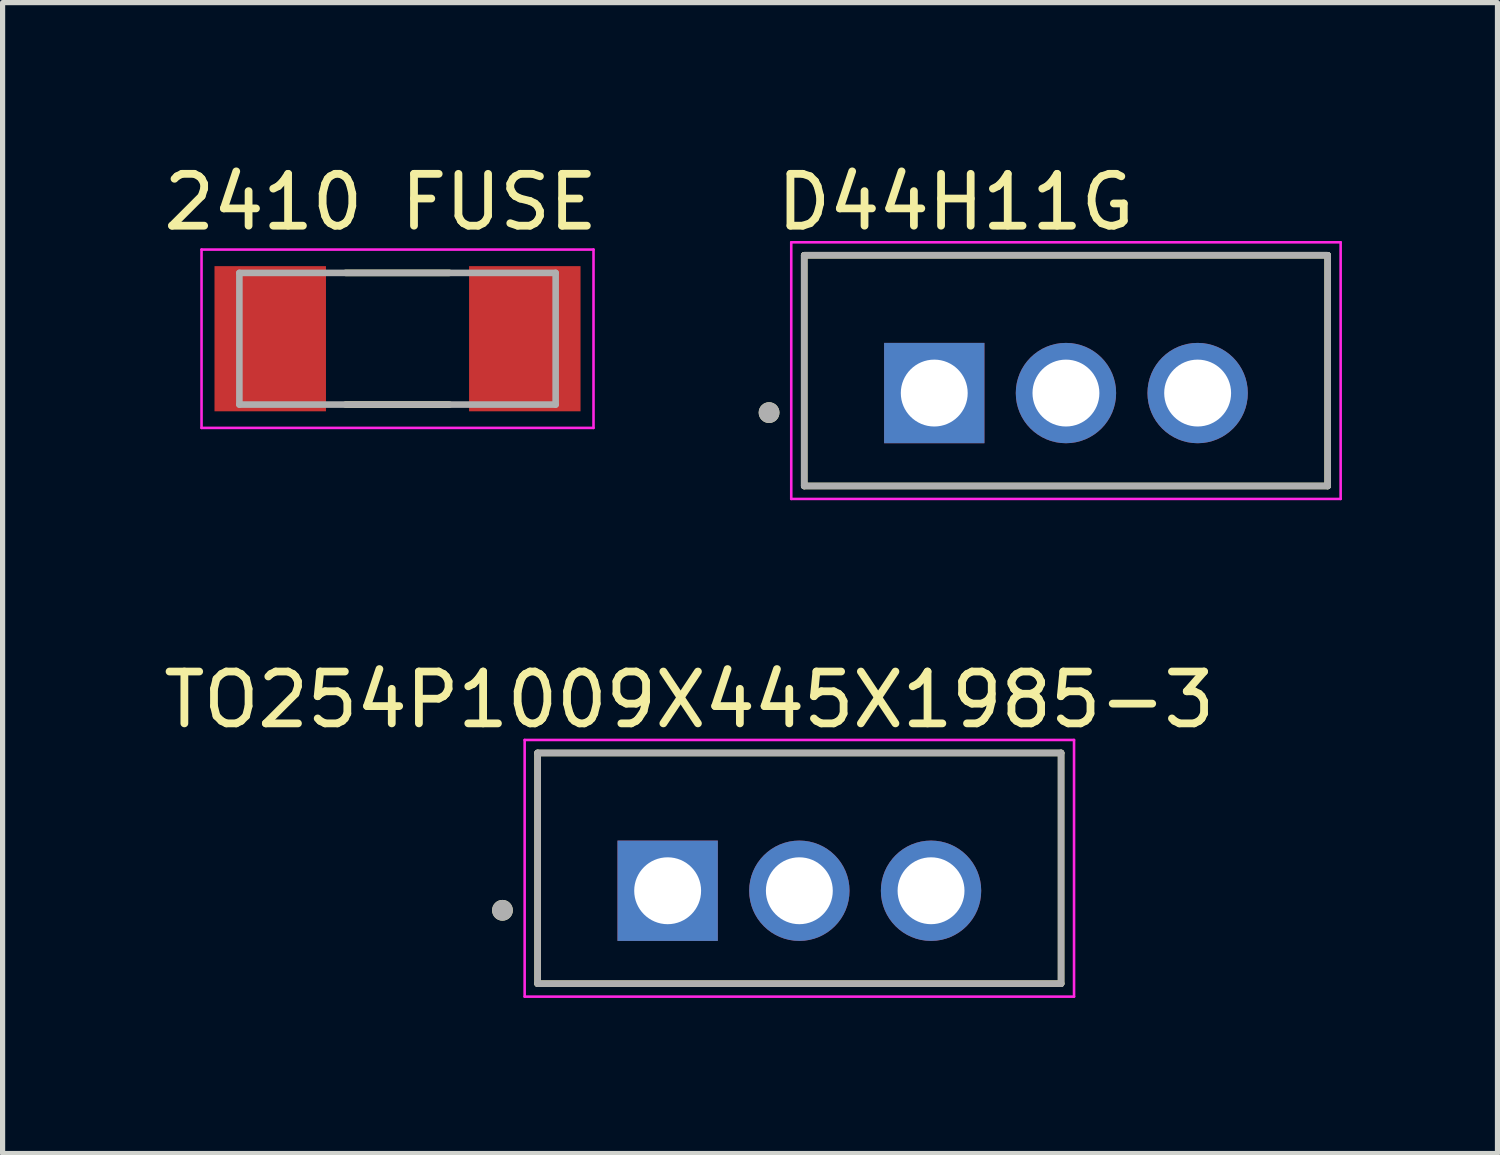
<source format=kicad_pcb>
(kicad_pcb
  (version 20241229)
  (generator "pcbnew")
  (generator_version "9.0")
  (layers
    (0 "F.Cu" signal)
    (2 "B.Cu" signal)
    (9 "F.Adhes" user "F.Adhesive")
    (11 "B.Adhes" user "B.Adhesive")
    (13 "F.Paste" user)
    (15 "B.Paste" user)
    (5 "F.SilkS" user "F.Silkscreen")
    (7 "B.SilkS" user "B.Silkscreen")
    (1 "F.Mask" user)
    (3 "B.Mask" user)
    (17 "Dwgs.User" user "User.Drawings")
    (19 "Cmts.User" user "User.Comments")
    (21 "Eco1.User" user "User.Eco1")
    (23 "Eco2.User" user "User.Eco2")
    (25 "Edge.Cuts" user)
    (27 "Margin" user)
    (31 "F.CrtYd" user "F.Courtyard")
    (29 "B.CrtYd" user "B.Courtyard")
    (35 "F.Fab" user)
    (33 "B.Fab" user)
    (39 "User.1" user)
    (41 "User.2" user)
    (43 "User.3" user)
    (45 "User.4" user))
  (footprint "D44H11G"
    (layer "F.Cu")
    (at 17.509 4.531)
    (property "Reference" "D44H11G" (at -2.123 -3.683 0) (layer "F.SilkS") (effects (font (size 1 1) (thickness 0.15))))
    (attr through_hole)
    (fp_line (start -5.048 -2.658) (end 5.048 -2.658) (stroke (width 0.127) (type solid)) (layer "F.SilkS"))
    (fp_line (start -5.048 1.792) (end -5.048 -2.658) (stroke (width 0.127) (type solid)) (layer "F.SilkS"))
    (fp_line (start 5.048 -2.658) (end 5.048 1.792) (stroke (width 0.127) (type solid)) (layer "F.SilkS"))
    (fp_line (start 5.048 1.792) (end -5.048 1.792) (stroke (width 0.127) (type solid)) (layer "F.SilkS"))
    (fp_circle (center -5.726 0.377) (end -5.626 0.377) (stroke (width 0.2) (type solid)) (fill no) (layer "F.SilkS"))
    (fp_line (start -5.298 -2.908) (end -5.298 2.042) (stroke (width 0.05) (type solid)) (layer "F.CrtYd"))
    (fp_line (start -5.298 2.042) (end 5.298 2.042) (stroke (width 0.05) (type solid)) (layer "F.CrtYd"))
    (fp_line (start 5.298 -2.908) (end -5.298 -2.908) (stroke (width 0.05) (type solid)) (layer "F.CrtYd"))
    (fp_line (start 5.298 2.042) (end 5.298 -2.908) (stroke (width 0.05) (type solid)) (layer "F.CrtYd"))
    (fp_line (start -5.048 -2.658) (end 5.048 -2.658) (stroke (width 0.127) (type solid)) (layer "F.Fab"))
    (fp_line (start -5.048 1.792) (end -5.048 -2.658) (stroke (width 0.127) (type solid)) (layer "F.Fab"))
    (fp_line (start 5.048 -2.658) (end 5.048 1.792) (stroke (width 0.127) (type solid)) (layer "F.Fab"))
    (fp_line (start 5.048 1.792) (end -5.048 1.792) (stroke (width 0.127) (type solid)) (layer "F.Fab"))
    (fp_circle (center -5.726 0.377) (end -5.626 0.377) (stroke (width 0.2) (type solid)) (fill no) (layer "F.Fab"))
    (pad "1" thru_hole circle (at 0 0) (size 1.935 1.935) (drill 1.29) (layers "*.Cu" "*.Mask"))
    (pad "2" thru_hole rect (at -2.54 0) (size 1.935 1.935) (drill 1.29) (layers "*.Cu" "*.Mask"))
    (pad "3" thru_hole circle (at 2.54 0) (size 1.935 1.935) (drill 1.29) (layers "*.Cu" "*.Mask")))
  (footprint "2410 FUSE"
    (layer "F.Cu")
    (at 4.617 3.483)
    (property "Reference" "2410 FUSE" (at -0.325 -2.635 0) (layer "F.SilkS") (effects (font (size 1 1) (thickness 0.15))))
    (attr smd)
    (fp_line (start -1 -1.27) (end 1 -1.27) (stroke (width 0.127) (type solid)) (layer "F.SilkS"))
    (fp_line (start 1 1.27) (end -1 1.27) (stroke (width 0.127) (type solid)) (layer "F.SilkS"))
    (fp_line (start -3.78 -1.72) (end 3.78 -1.72) (stroke (width 0.05) (type solid)) (layer "F.CrtYd"))
    (fp_line (start -3.78 1.72) (end -3.78 -1.72) (stroke (width 0.05) (type solid)) (layer "F.CrtYd"))
    (fp_line (start 3.78 -1.72) (end 3.78 1.72) (stroke (width 0.05) (type solid)) (layer "F.CrtYd"))
    (fp_line (start 3.78 1.72) (end -3.78 1.72) (stroke (width 0.05) (type solid)) (layer "F.CrtYd"))
    (fp_line (start -3.05 -1.27) (end 3.05 -1.27) (stroke (width 0.127) (type solid)) (layer "F.Fab"))
    (fp_line (start -3.05 1.27) (end -3.05 -1.27) (stroke (width 0.127) (type solid)) (layer "F.Fab"))
    (fp_line (start 3.05 -1.27) (end 3.05 1.27) (stroke (width 0.127) (type solid)) (layer "F.Fab"))
    (fp_line (start 3.05 1.27) (end -3.05 1.27) (stroke (width 0.127) (type solid)) (layer "F.Fab"))
    (pad "1" smd rect (at -2.455 0) (size 2.15 2.8) (layers "F.Cu" "F.Mask" "F.Paste"))
    (pad "2" smd rect (at 2.455 0) (size 2.15 2.8) (layers "F.Cu" "F.Mask" "F.Paste")))
  (footprint "TO254P1009X445X1985-3"
    (layer "F.Cu")
    (at 12.367 14.13)
    (property "Reference" "TO254P1009X445X1985-3" (at -2.123 -3.683 0) (layer "F.SilkS") (effects (font (size 1 1) (thickness 0.15))))
    (attr through_hole)
    (fp_line (start -5.048 -2.658) (end 5.048 -2.658) (stroke (width 0.127) (type solid)) (layer "F.SilkS"))
    (fp_line (start -5.048 1.792) (end -5.048 -2.658) (stroke (width 0.127) (type solid)) (layer "F.SilkS"))
    (fp_line (start 5.048 -2.658) (end 5.048 1.792) (stroke (width 0.127) (type solid)) (layer "F.SilkS"))
    (fp_line (start 5.048 1.792) (end -5.048 1.792) (stroke (width 0.127) (type solid)) (layer "F.SilkS"))
    (fp_circle (center -5.726 0.377) (end -5.626 0.377) (stroke (width 0.2) (type solid)) (fill no) (layer "F.SilkS"))
    (fp_line (start -5.298 -2.908) (end -5.298 2.042) (stroke (width 0.05) (type solid)) (layer "F.CrtYd"))
    (fp_line (start -5.298 2.042) (end 5.298 2.042) (stroke (width 0.05) (type solid)) (layer "F.CrtYd"))
    (fp_line (start 5.298 -2.908) (end -5.298 -2.908) (stroke (width 0.05) (type solid)) (layer "F.CrtYd"))
    (fp_line (start 5.298 2.042) (end 5.298 -2.908) (stroke (width 0.05) (type solid)) (layer "F.CrtYd"))
    (fp_line (start -5.048 -2.658) (end 5.048 -2.658) (stroke (width 0.127) (type solid)) (layer "F.Fab"))
    (fp_line (start -5.048 1.792) (end -5.048 -2.658) (stroke (width 0.127) (type solid)) (layer "F.Fab"))
    (fp_line (start 5.048 -2.658) (end 5.048 1.792) (stroke (width 0.127) (type solid)) (layer "F.Fab"))
    (fp_line (start 5.048 1.792) (end -5.048 1.792) (stroke (width 0.127) (type solid)) (layer "F.Fab"))
    (fp_circle (center -5.726 0.377) (end -5.626 0.377) (stroke (width 0.2) (type solid)) (fill no) (layer "F.Fab"))
    (pad "1" thru_hole rect (at -2.54 0) (size 1.935 1.935) (drill 1.29) (layers "*.Cu" "*.Mask"))
    (pad "2" thru_hole circle (at 0 0) (size 1.935 1.935) (drill 1.29) (layers "*.Cu" "*.Mask"))
    (pad "3" thru_hole circle (at 2.54 0) (size 1.935 1.935) (drill 1.29) (layers "*.Cu" "*.Mask")))
  (gr_rect
    (start -3 -3)
    (end 25.832 19.198)
    (stroke (width 0.1) (type default))
    (fill no)
    (layer "Edge.Cuts")))
</source>
